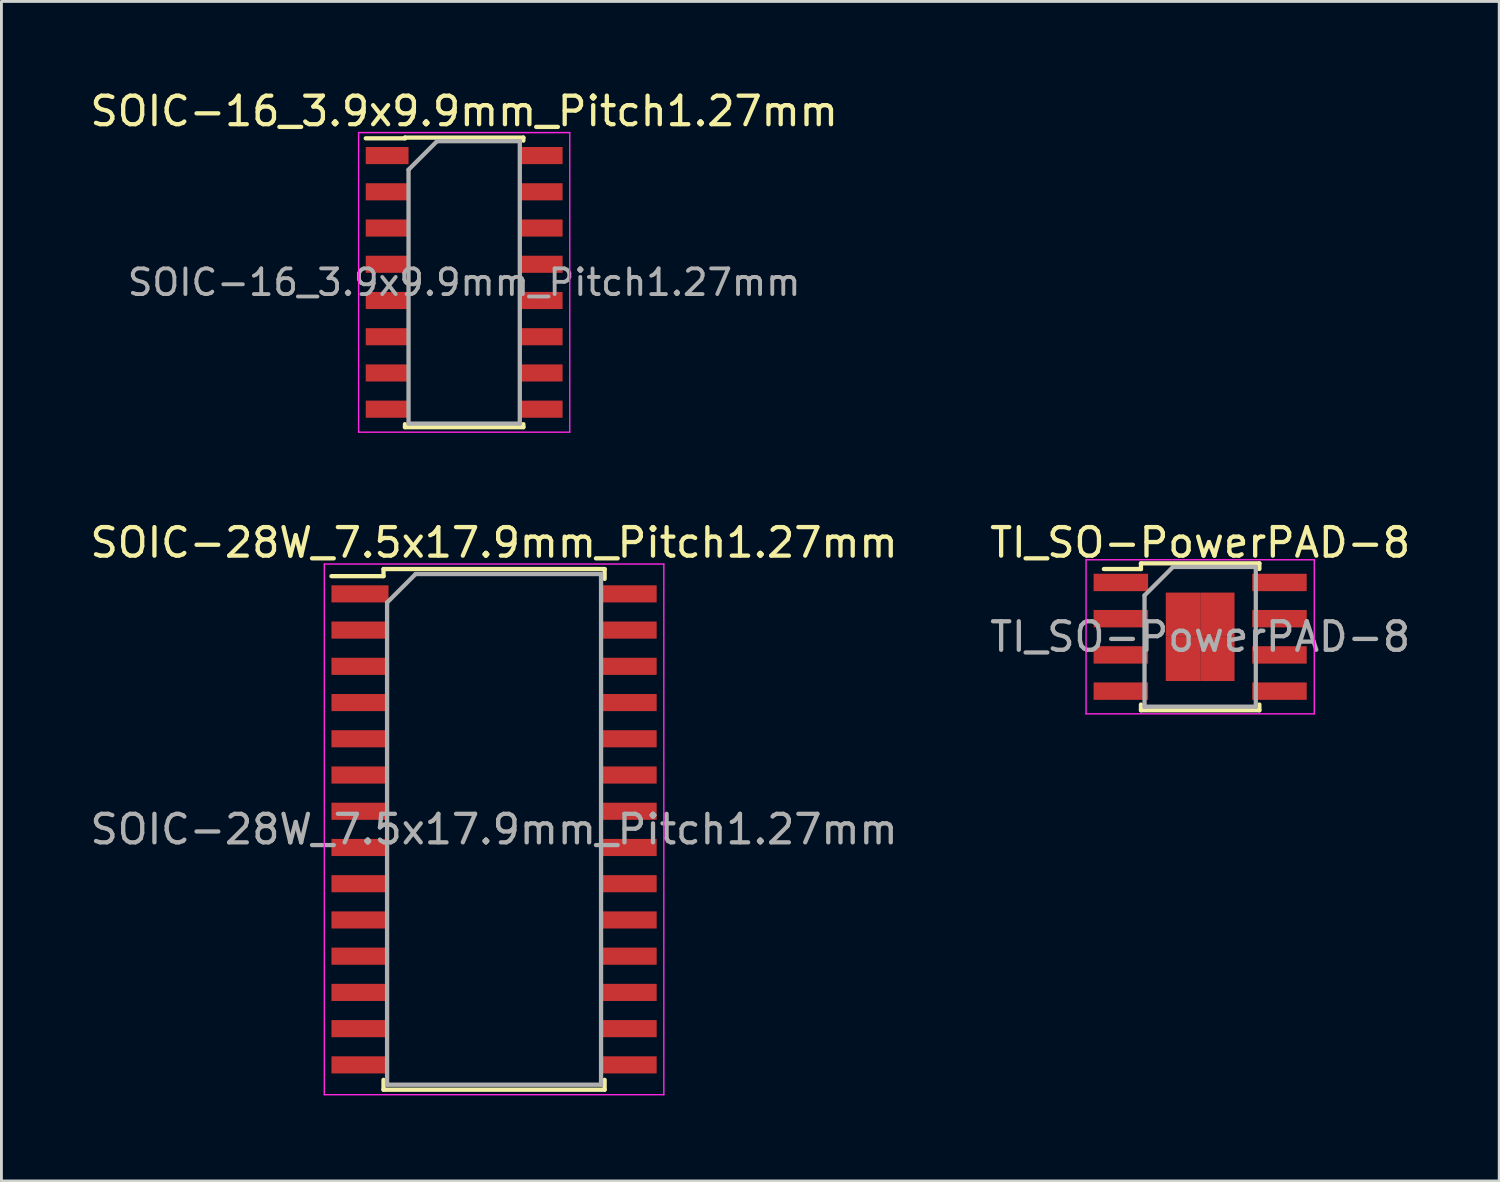
<source format=kicad_pcb>
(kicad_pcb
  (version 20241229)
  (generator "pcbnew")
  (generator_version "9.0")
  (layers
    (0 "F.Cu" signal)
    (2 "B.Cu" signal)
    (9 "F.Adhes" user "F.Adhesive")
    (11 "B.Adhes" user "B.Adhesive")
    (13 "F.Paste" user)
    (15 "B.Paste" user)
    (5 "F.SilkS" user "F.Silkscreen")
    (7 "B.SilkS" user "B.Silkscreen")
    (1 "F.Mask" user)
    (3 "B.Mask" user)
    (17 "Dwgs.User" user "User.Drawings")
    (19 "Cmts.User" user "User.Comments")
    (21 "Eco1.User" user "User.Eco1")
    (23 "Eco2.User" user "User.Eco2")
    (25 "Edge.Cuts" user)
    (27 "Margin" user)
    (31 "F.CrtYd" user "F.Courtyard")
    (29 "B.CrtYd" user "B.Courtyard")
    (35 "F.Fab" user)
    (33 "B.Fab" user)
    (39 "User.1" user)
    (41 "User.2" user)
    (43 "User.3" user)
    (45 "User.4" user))
  (footprint "SOIC-16_3.9x9.9mm_Pitch1.27mm"
    (layer "F.Cu")
    (at 13.22 6.848)
    (property "Reference" "SOIC-16_3.9x9.9mm_Pitch1.27mm" (at 0 -6 0) (layer "F.SilkS") (effects (font (size 1 1) (thickness 0.15))))
    (attr smd)
    (fp_line (start -2.075 -5.075) (end -2.075 -5.05) (stroke (width 0.15) (type solid)) (layer "F.SilkS"))
    (fp_line (start -2.075 -5.075) (end 2.075 -5.075) (stroke (width 0.15) (type solid)) (layer "F.SilkS"))
    (fp_line (start -2.075 -5.05) (end -3.45 -5.05) (stroke (width 0.15) (type solid)) (layer "F.SilkS"))
    (fp_line (start -2.075 5.075) (end -2.075 4.97) (stroke (width 0.15) (type solid)) (layer "F.SilkS"))
    (fp_line (start -2.075 5.075) (end 2.075 5.075) (stroke (width 0.15) (type solid)) (layer "F.SilkS"))
    (fp_line (start 2.075 -5.075) (end 2.075 -4.97) (stroke (width 0.15) (type solid)) (layer "F.SilkS"))
    (fp_line (start 2.075 5.075) (end 2.075 4.97) (stroke (width 0.15) (type solid)) (layer "F.SilkS"))
    (fp_line (start -3.7 -5.25) (end -3.7 5.25) (stroke (width 0.05) (type solid)) (layer "F.CrtYd"))
    (fp_line (start -3.7 -5.25) (end 3.7 -5.25) (stroke (width 0.05) (type solid)) (layer "F.CrtYd"))
    (fp_line (start -3.7 5.25) (end 3.7 5.25) (stroke (width 0.05) (type solid)) (layer "F.CrtYd"))
    (fp_line (start 3.7 -5.25) (end 3.7 5.25) (stroke (width 0.05) (type solid)) (layer "F.CrtYd"))
    (fp_line (start -1.95 -3.95) (end -0.95 -4.95) (stroke (width 0.15) (type solid)) (layer "F.Fab"))
    (fp_line (start -1.95 4.95) (end -1.95 -3.95) (stroke (width 0.15) (type solid)) (layer "F.Fab"))
    (fp_line (start -0.95 -4.95) (end 1.95 -4.95) (stroke (width 0.15) (type solid)) (layer "F.Fab"))
    (fp_line (start 1.95 -4.95) (end 1.95 4.95) (stroke (width 0.15) (type solid)) (layer "F.Fab"))
    (fp_line (start 1.95 4.95) (end -1.95 4.95) (stroke (width 0.15) (type solid)) (layer "F.Fab"))
    (fp_text user "${REFERENCE}" (at 0 0 0) (layer "F.Fab") (effects (font (size 0.9 0.9) (thickness 0.135))))
    (pad "1" smd rect (at -2.7 -4.445) (size 1.5 0.6) (layers "F.Cu" "F.Mask" "F.Paste"))
    (pad "2" smd rect (at -2.7 -3.175) (size 1.5 0.6) (layers "F.Cu" "F.Mask" "F.Paste"))
    (pad "3" smd rect (at -2.7 -1.905) (size 1.5 0.6) (layers "F.Cu" "F.Mask" "F.Paste"))
    (pad "4" smd rect (at -2.7 -0.635) (size 1.5 0.6) (layers "F.Cu" "F.Mask" "F.Paste"))
    (pad "5" smd rect (at -2.7 0.635) (size 1.5 0.6) (layers "F.Cu" "F.Mask" "F.Paste"))
    (pad "6" smd rect (at -2.7 1.905) (size 1.5 0.6) (layers "F.Cu" "F.Mask" "F.Paste"))
    (pad "7" smd rect (at -2.7 3.175) (size 1.5 0.6) (layers "F.Cu" "F.Mask" "F.Paste"))
    (pad "8" smd rect (at -2.7 4.445) (size 1.5 0.6) (layers "F.Cu" "F.Mask" "F.Paste"))
    (pad "9" smd rect (at 2.7 4.445) (size 1.5 0.6) (layers "F.Cu" "F.Mask" "F.Paste"))
    (pad "10" smd rect (at 2.7 3.175) (size 1.5 0.6) (layers "F.Cu" "F.Mask" "F.Paste"))
    (pad "11" smd rect (at 2.7 1.905) (size 1.5 0.6) (layers "F.Cu" "F.Mask" "F.Paste"))
    (pad "12" smd rect (at 2.7 0.635) (size 1.5 0.6) (layers "F.Cu" "F.Mask" "F.Paste"))
    (pad "13" smd rect (at 2.7 -0.635) (size 1.5 0.6) (layers "F.Cu" "F.Mask" "F.Paste"))
    (pad "14" smd rect (at 2.7 -1.905) (size 1.5 0.6) (layers "F.Cu" "F.Mask" "F.Paste"))
    (pad "15" smd rect (at 2.7 -3.175) (size 1.5 0.6) (layers "F.Cu" "F.Mask" "F.Paste"))
    (pad "16" smd rect (at 2.7 -4.445) (size 1.5 0.6) (layers "F.Cu" "F.Mask" "F.Paste")))
  (footprint "TI_SO-PowerPAD-8"
    (layer "F.Cu")
    (at 39.018 19.271)
    (property "Reference" "TI_SO-PowerPAD-8" (at 0 -3.3 0) (layer "F.SilkS") (effects (font (size 1 1) (thickness 0.15))))
    (attr smd)
    (fp_line (start -2.075 -2.575) (end -2.075 -2.375) (stroke (width 0.15) (type solid)) (layer "F.SilkS"))
    (fp_line (start -2.075 -2.575) (end 2.075 -2.575) (stroke (width 0.15) (type solid)) (layer "F.SilkS"))
    (fp_line (start -2.075 -2.375) (end -3.375 -2.375) (stroke (width 0.15) (type solid)) (layer "F.SilkS"))
    (fp_line (start -2.075 2.575) (end -2.075 2.375) (stroke (width 0.15) (type solid)) (layer "F.SilkS"))
    (fp_line (start -2.075 2.575) (end 2.075 2.575) (stroke (width 0.15) (type solid)) (layer "F.SilkS"))
    (fp_line (start 2.075 -2.575) (end 2.075 -2.375) (stroke (width 0.15) (type solid)) (layer "F.SilkS"))
    (fp_line (start 2.075 2.575) (end 2.075 2.375) (stroke (width 0.15) (type solid)) (layer "F.SilkS"))
    (fp_line (start -4 -2.7) (end -4 2.7) (stroke (width 0.05) (type solid)) (layer "F.CrtYd"))
    (fp_line (start -4 -2.7) (end 4 -2.7) (stroke (width 0.05) (type solid)) (layer "F.CrtYd"))
    (fp_line (start -4 2.7) (end 4 2.7) (stroke (width 0.05) (type solid)) (layer "F.CrtYd"))
    (fp_line (start 4 -2.7) (end 4 2.7) (stroke (width 0.05) (type solid)) (layer "F.CrtYd"))
    (fp_line (start -1.95 -1.45) (end -0.95 -2.45) (stroke (width 0.15) (type solid)) (layer "F.Fab"))
    (fp_line (start -1.95 2.45) (end -1.95 -1.45) (stroke (width 0.15) (type solid)) (layer "F.Fab"))
    (fp_line (start -0.95 -2.45) (end 1.95 -2.45) (stroke (width 0.15) (type solid)) (layer "F.Fab"))
    (fp_line (start 1.95 -2.45) (end 1.95 2.45) (stroke (width 0.15) (type solid)) (layer "F.Fab"))
    (fp_line (start 1.95 2.45) (end -1.95 2.45) (stroke (width 0.15) (type solid)) (layer "F.Fab"))
    (fp_text user "${REFERENCE}" (at 0 0 0) (layer "F.Fab") (effects (font (size 1 1) (thickness 0.15))))
    (pad "1" smd rect (at -2.78 -1.905) (size 1.91 0.61) (layers "F.Cu" "F.Mask" "F.Paste"))
    (pad "2" smd rect (at -2.78 -0.635) (size 1.91 0.61) (layers "F.Cu" "F.Mask" "F.Paste"))
    (pad "3" smd rect (at -2.78 0.635) (size 1.91 0.61) (layers "F.Cu" "F.Mask" "F.Paste"))
    (pad "4" smd rect (at -2.78 1.905) (size 1.91 0.61) (layers "F.Cu" "F.Mask" "F.Paste"))
    (pad "5" smd rect (at 2.78 1.905) (size 1.91 0.61) (layers "F.Cu" "F.Mask" "F.Paste"))
    (pad "6" smd rect (at 2.78 0.635) (size 1.91 0.61) (layers "F.Cu" "F.Mask" "F.Paste"))
    (pad "7" smd rect (at 2.78 -0.635) (size 1.91 0.61) (layers "F.Cu" "F.Mask" "F.Paste"))
    (pad "8" smd rect (at 2.78 -1.905) (size 1.91 0.61) (layers "F.Cu" "F.Mask" "F.Paste"))
    (pad "9" smd rect (at -0.603 -0.775) (size 1.205 1.55) (layers "F.Cu" "F.Mask" "F.Paste"))
    (pad "9" smd rect (at -0.603 0.775) (size 1.205 1.55) (layers "F.Cu" "F.Mask" "F.Paste"))
    (pad "9" smd rect (at 0.603 -0.775) (size 1.205 1.55) (layers "F.Cu" "F.Mask" "F.Paste"))
    (pad "9" smd rect (at 0.603 0.775) (size 1.205 1.55) (layers "F.Cu" "F.Mask" "F.Paste")))
  (footprint "SOIC-28W_7.5x17.9mm_Pitch1.27mm"
    (layer "F.Cu")
    (at 14.268 26.021)
    (property "Reference" "SOIC-28W_7.5x17.9mm_Pitch1.27mm" (at 0 -10.05 0) (layer "F.SilkS") (effects (font (size 1 1) (thickness 0.15))))
    (attr smd)
    (fp_line (start -3.875 -9.125) (end -3.875 -8.875) (stroke (width 0.15) (type solid)) (layer "F.SilkS"))
    (fp_line (start -3.875 -9.125) (end 3.875 -9.125) (stroke (width 0.15) (type solid)) (layer "F.SilkS"))
    (fp_line (start -3.875 -8.875) (end -5.7 -8.875) (stroke (width 0.15) (type solid)) (layer "F.SilkS"))
    (fp_line (start -3.875 9.125) (end -3.875 8.78) (stroke (width 0.15) (type solid)) (layer "F.SilkS"))
    (fp_line (start -3.875 9.125) (end 3.875 9.125) (stroke (width 0.15) (type solid)) (layer "F.SilkS"))
    (fp_line (start 3.875 -9.125) (end 3.875 -8.78) (stroke (width 0.15) (type solid)) (layer "F.SilkS"))
    (fp_line (start 3.875 9.125) (end 3.875 8.78) (stroke (width 0.15) (type solid)) (layer "F.SilkS"))
    (fp_line (start -5.95 -9.3) (end -5.95 9.3) (stroke (width 0.05) (type solid)) (layer "F.CrtYd"))
    (fp_line (start -5.95 -9.3) (end 5.95 -9.3) (stroke (width 0.05) (type solid)) (layer "F.CrtYd"))
    (fp_line (start -5.95 9.3) (end 5.95 9.3) (stroke (width 0.05) (type solid)) (layer "F.CrtYd"))
    (fp_line (start 5.95 -9.3) (end 5.95 9.3) (stroke (width 0.05) (type solid)) (layer "F.CrtYd"))
    (fp_line (start -3.75 -7.95) (end -2.75 -8.95) (stroke (width 0.15) (type solid)) (layer "F.Fab"))
    (fp_line (start -3.75 8.95) (end -3.75 -7.95) (stroke (width 0.15) (type solid)) (layer "F.Fab"))
    (fp_line (start -2.75 -8.95) (end 3.75 -8.95) (stroke (width 0.15) (type solid)) (layer "F.Fab"))
    (fp_line (start 3.75 -8.95) (end 3.75 8.95) (stroke (width 0.15) (type solid)) (layer "F.Fab"))
    (fp_line (start 3.75 8.95) (end -3.75 8.95) (stroke (width 0.15) (type solid)) (layer "F.Fab"))
    (fp_text user "${REFERENCE}" (at 0 0 0) (layer "F.Fab") (effects (font (size 1 1) (thickness 0.15))))
    (pad "1" smd rect (at -4.7 -8.255) (size 2 0.6) (layers "F.Cu" "F.Mask" "F.Paste"))
    (pad "2" smd rect (at -4.7 -6.985) (size 2 0.6) (layers "F.Cu" "F.Mask" "F.Paste"))
    (pad "3" smd rect (at -4.7 -5.715) (size 2 0.6) (layers "F.Cu" "F.Mask" "F.Paste"))
    (pad "4" smd rect (at -4.7 -4.445) (size 2 0.6) (layers "F.Cu" "F.Mask" "F.Paste"))
    (pad "5" smd rect (at -4.7 -3.175) (size 2 0.6) (layers "F.Cu" "F.Mask" "F.Paste"))
    (pad "6" smd rect (at -4.7 -1.905) (size 2 0.6) (layers "F.Cu" "F.Mask" "F.Paste"))
    (pad "7" smd rect (at -4.7 -0.635) (size 2 0.6) (layers "F.Cu" "F.Mask" "F.Paste"))
    (pad "8" smd rect (at -4.7 0.635) (size 2 0.6) (layers "F.Cu" "F.Mask" "F.Paste"))
    (pad "9" smd rect (at -4.7 1.905) (size 2 0.6) (layers "F.Cu" "F.Mask" "F.Paste"))
    (pad "10" smd rect (at -4.7 3.175) (size 2 0.6) (layers "F.Cu" "F.Mask" "F.Paste"))
    (pad "11" smd rect (at -4.7 4.445) (size 2 0.6) (layers "F.Cu" "F.Mask" "F.Paste"))
    (pad "12" smd rect (at -4.7 5.715) (size 2 0.6) (layers "F.Cu" "F.Mask" "F.Paste"))
    (pad "13" smd rect (at -4.7 6.985) (size 2 0.6) (layers "F.Cu" "F.Mask" "F.Paste"))
    (pad "14" smd rect (at -4.7 8.255) (size 2 0.6) (layers "F.Cu" "F.Mask" "F.Paste"))
    (pad "15" smd rect (at 4.7 8.255) (size 2 0.6) (layers "F.Cu" "F.Mask" "F.Paste"))
    (pad "16" smd rect (at 4.7 6.985) (size 2 0.6) (layers "F.Cu" "F.Mask" "F.Paste"))
    (pad "17" smd rect (at 4.7 5.715) (size 2 0.6) (layers "F.Cu" "F.Mask" "F.Paste"))
    (pad "18" smd rect (at 4.7 4.445) (size 2 0.6) (layers "F.Cu" "F.Mask" "F.Paste"))
    (pad "19" smd rect (at 4.7 3.175) (size 2 0.6) (layers "F.Cu" "F.Mask" "F.Paste"))
    (pad "20" smd rect (at 4.7 1.905) (size 2 0.6) (layers "F.Cu" "F.Mask" "F.Paste"))
    (pad "21" smd rect (at 4.7 0.635) (size 2 0.6) (layers "F.Cu" "F.Mask" "F.Paste"))
    (pad "22" smd rect (at 4.7 -0.635) (size 2 0.6) (layers "F.Cu" "F.Mask" "F.Paste"))
    (pad "23" smd rect (at 4.7 -1.905) (size 2 0.6) (layers "F.Cu" "F.Mask" "F.Paste"))
    (pad "24" smd rect (at 4.7 -3.175) (size 2 0.6) (layers "F.Cu" "F.Mask" "F.Paste"))
    (pad "25" smd rect (at 4.7 -4.445) (size 2 0.6) (layers "F.Cu" "F.Mask" "F.Paste"))
    (pad "26" smd rect (at 4.7 -5.715) (size 2 0.6) (layers "F.Cu" "F.Mask" "F.Paste"))
    (pad "27" smd rect (at 4.7 -6.985) (size 2 0.6) (layers "F.Cu" "F.Mask" "F.Paste"))
    (pad "28" smd rect (at 4.7 -8.255) (size 2 0.6) (layers "F.Cu" "F.Mask" "F.Paste")))
  (gr_rect
    (start -3 -3)
    (end 49.5 38.346)
    (stroke (width 0.1) (type default))
    (fill no)
    (layer "Edge.Cuts")))
</source>
